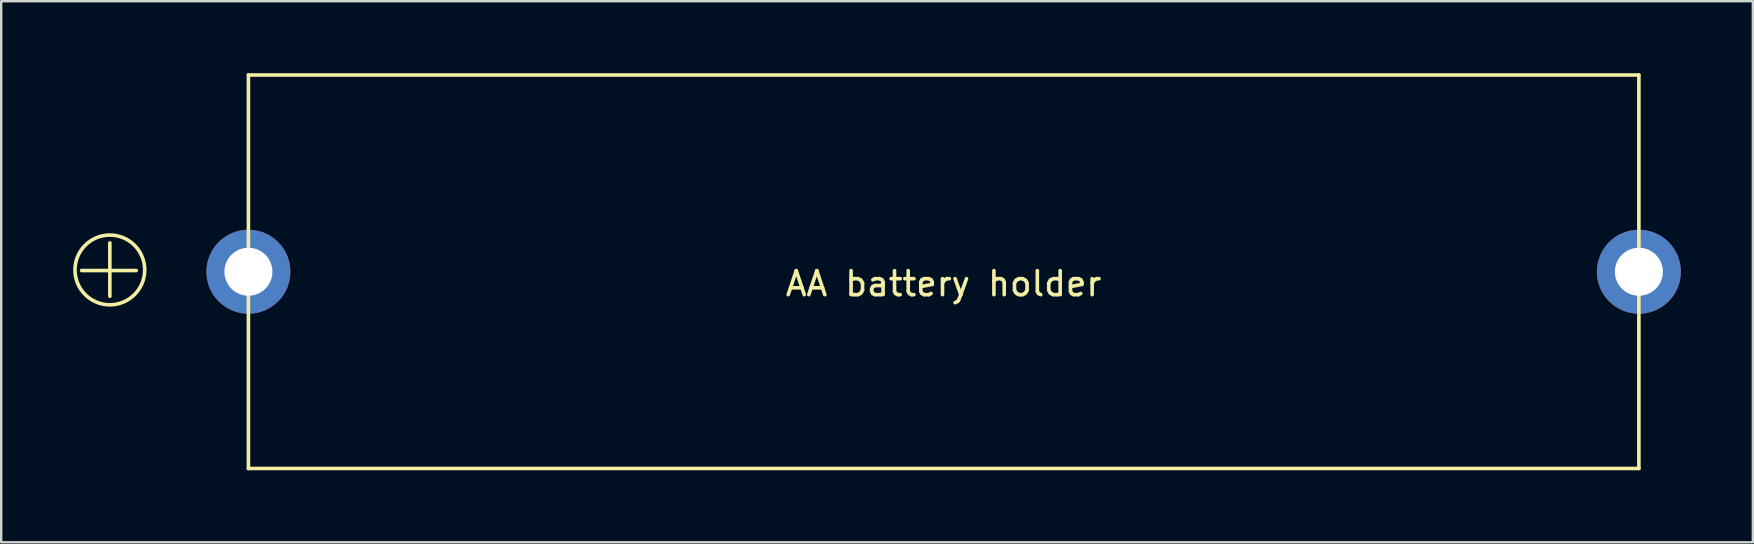
<source format=kicad_pcb>
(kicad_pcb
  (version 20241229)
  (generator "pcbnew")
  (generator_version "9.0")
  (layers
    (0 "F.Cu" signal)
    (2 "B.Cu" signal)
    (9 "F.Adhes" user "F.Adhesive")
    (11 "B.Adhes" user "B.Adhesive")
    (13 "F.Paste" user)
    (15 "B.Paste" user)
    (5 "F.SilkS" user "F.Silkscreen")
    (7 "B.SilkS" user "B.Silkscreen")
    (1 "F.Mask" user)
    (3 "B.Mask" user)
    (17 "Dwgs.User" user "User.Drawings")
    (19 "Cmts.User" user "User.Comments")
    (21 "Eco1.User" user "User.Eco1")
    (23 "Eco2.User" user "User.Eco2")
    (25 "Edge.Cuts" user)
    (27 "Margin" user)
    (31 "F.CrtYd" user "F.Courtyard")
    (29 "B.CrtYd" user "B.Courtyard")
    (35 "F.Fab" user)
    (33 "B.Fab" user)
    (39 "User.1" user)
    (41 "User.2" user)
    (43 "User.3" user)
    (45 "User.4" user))
  (footprint "AA battery holder"
    (layer "F.Cu")
    (at 36.278 8.275)
    (property "Reference" "AA battery holder" (at 0 0.5 0) (layer "F.SilkS") (effects (font (size 1 1) (thickness 0.15))))
    (attr through_hole)
    (fp_line (start -35.925 -0.05) (end -33.65 -0.05) (stroke (width 0.15) (type solid)) (layer "F.SilkS"))
    (fp_line (start -34.75 -1.2) (end -34.75 1.025) (stroke (width 0.15) (type solid)) (layer "F.SilkS"))
    (fp_line (start -28.975 -8.2) (end -28.975 8.2) (stroke (width 0.15) (type solid)) (layer "F.SilkS"))
    (fp_line (start -28.975 8.2) (end 28.975 8.2) (stroke (width 0.15) (type solid)) (layer "F.SilkS"))
    (fp_line (start 28.975 -8.2) (end -28.975 -8.2) (stroke (width 0.15) (type solid)) (layer "F.SilkS"))
    (fp_line (start 28.975 8.2) (end 28.975 -8.2) (stroke (width 0.15) (type solid)) (layer "F.SilkS"))
    (fp_circle (center -34.75 -0.075) (end -33.8 -1.175) (stroke (width 0.15) (type solid)) (fill no) (layer "F.SilkS"))
    (pad "1" thru_hole circle (at -28.975 0) (size 3.5 3.5) (drill 2) (layers "*.Cu" "*.Mask"))
    (pad "2" thru_hole circle (at 28.975 0) (size 3.5 3.5) (drill 2) (layers "*.Cu" "*.Mask")))
  (gr_rect
    (start -3 -3)
    (end 70.003 19.55)
    (stroke (width 0.1) (type default))
    (fill no)
    (layer "Edge.Cuts")))
</source>
